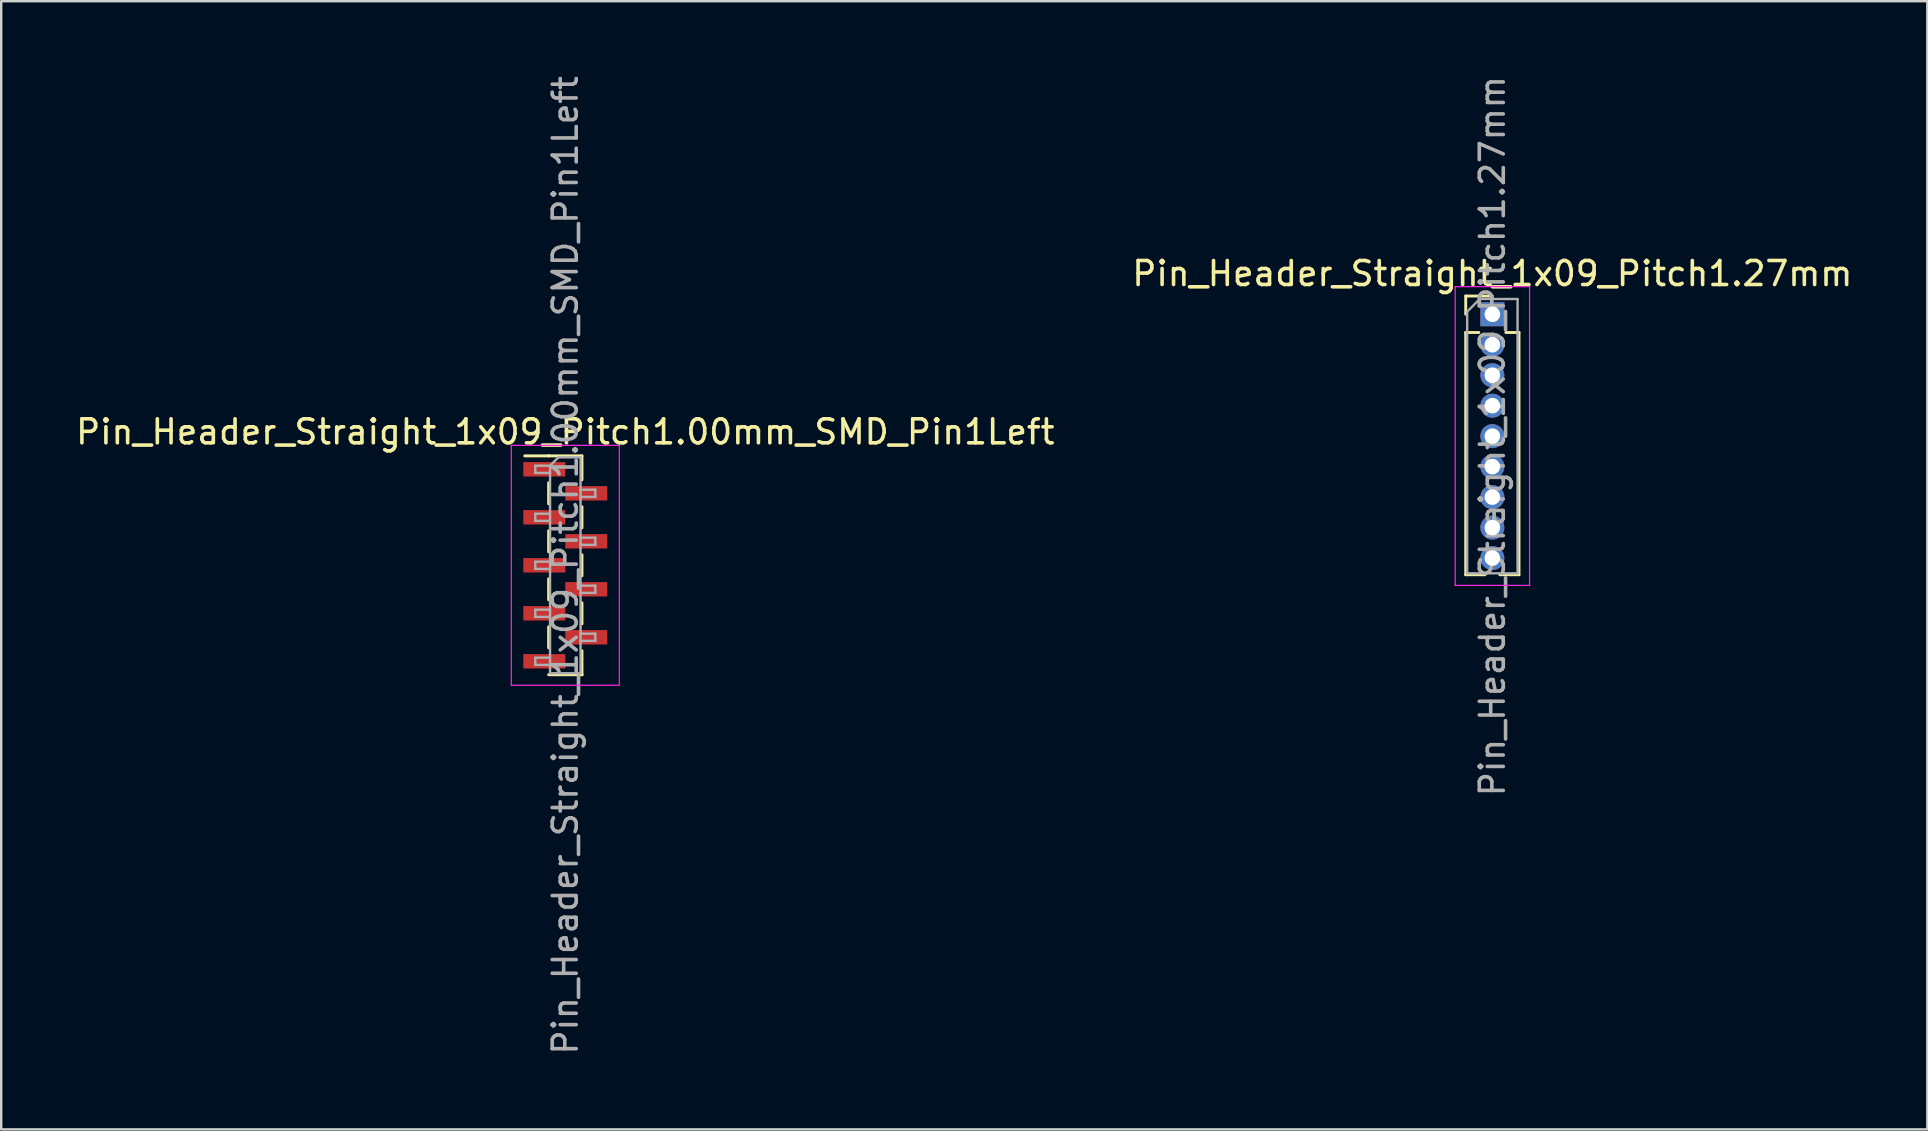
<source format=kicad_pcb>
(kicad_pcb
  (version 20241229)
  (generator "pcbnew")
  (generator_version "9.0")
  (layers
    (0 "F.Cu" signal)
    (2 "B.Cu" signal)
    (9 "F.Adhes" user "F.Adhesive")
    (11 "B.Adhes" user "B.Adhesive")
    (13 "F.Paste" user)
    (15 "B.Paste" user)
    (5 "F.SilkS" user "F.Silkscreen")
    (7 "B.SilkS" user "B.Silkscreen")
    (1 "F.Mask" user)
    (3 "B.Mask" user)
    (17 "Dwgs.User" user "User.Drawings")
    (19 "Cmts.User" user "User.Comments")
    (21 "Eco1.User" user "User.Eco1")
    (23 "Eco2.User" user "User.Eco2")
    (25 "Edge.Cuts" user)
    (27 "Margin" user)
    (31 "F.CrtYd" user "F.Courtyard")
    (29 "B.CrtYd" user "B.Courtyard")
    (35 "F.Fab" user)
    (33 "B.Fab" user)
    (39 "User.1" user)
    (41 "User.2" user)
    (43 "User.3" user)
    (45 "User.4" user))
  (footprint "Pin_Header_Straight_1x09_Pitch1.27mm"
    (layer "F.Cu")
    (at 59.137 10.045)
    (property "Reference" "Pin_Header_Straight_1x09_Pitch1.27mm" (at 0 -1.695 0) (layer "F.SilkS") (effects (font (size 1 1) (thickness 0.15))))
    (attr through_hole)
    (fp_line (start -1.11 -0.76) (end 0 -0.76) (stroke (width 0.12) (type solid)) (layer "F.SilkS"))
    (fp_line (start -1.11 0) (end -1.11 -0.76) (stroke (width 0.12) (type solid)) (layer "F.SilkS"))
    (fp_line (start -1.11 0.76) (end -1.11 10.855) (stroke (width 0.12) (type solid)) (layer "F.SilkS"))
    (fp_line (start -1.11 0.76) (end -0.563 0.76) (stroke (width 0.12) (type solid)) (layer "F.SilkS"))
    (fp_line (start -1.11 10.855) (end -0.308 10.855) (stroke (width 0.12) (type solid)) (layer "F.SilkS"))
    (fp_line (start 0.308 10.855) (end 1.11 10.855) (stroke (width 0.12) (type solid)) (layer "F.SilkS"))
    (fp_line (start 0.563 0.76) (end 1.11 0.76) (stroke (width 0.12) (type solid)) (layer "F.SilkS"))
    (fp_line (start 1.11 0.76) (end 1.11 10.855) (stroke (width 0.12) (type solid)) (layer "F.SilkS"))
    (fp_line (start -1.55 -1.15) (end -1.55 11.3) (stroke (width 0.05) (type solid)) (layer "F.CrtYd"))
    (fp_line (start -1.55 11.3) (end 1.55 11.3) (stroke (width 0.05) (type solid)) (layer "F.CrtYd"))
    (fp_line (start 1.55 -1.15) (end -1.55 -1.15) (stroke (width 0.05) (type solid)) (layer "F.CrtYd"))
    (fp_line (start 1.55 11.3) (end 1.55 -1.15) (stroke (width 0.05) (type solid)) (layer "F.CrtYd"))
    (fp_line (start -1.05 -0.11) (end -0.525 -0.635) (stroke (width 0.1) (type solid)) (layer "F.Fab"))
    (fp_line (start -1.05 10.795) (end -1.05 -0.11) (stroke (width 0.1) (type solid)) (layer "F.Fab"))
    (fp_line (start -0.525 -0.635) (end 1.05 -0.635) (stroke (width 0.1) (type solid)) (layer "F.Fab"))
    (fp_line (start 1.05 -0.635) (end 1.05 10.795) (stroke (width 0.1) (type solid)) (layer "F.Fab"))
    (fp_line (start 1.05 10.795) (end -1.05 10.795) (stroke (width 0.1) (type solid)) (layer "F.Fab"))
    (fp_text user "${REFERENCE}" (at 0 5.08 90) (layer "F.Fab") (effects (font (size 1 1) (thickness 0.15))))
    (pad "1" thru_hole rect (at 0 0) (size 1 1) (drill 0.65) (layers "*.Cu" "*.Mask"))
    (pad "2" thru_hole oval (at 0 1.27) (size 1 1) (drill 0.65) (layers "*.Cu" "*.Mask"))
    (pad "3" thru_hole oval (at 0 2.54) (size 1 1) (drill 0.65) (layers "*.Cu" "*.Mask"))
    (pad "4" thru_hole oval (at 0 3.81) (size 1 1) (drill 0.65) (layers "*.Cu" "*.Mask"))
    (pad "5" thru_hole oval (at 0 5.08) (size 1 1) (drill 0.65) (layers "*.Cu" "*.Mask"))
    (pad "6" thru_hole oval (at 0 6.35) (size 1 1) (drill 0.65) (layers "*.Cu" "*.Mask"))
    (pad "7" thru_hole oval (at 0 7.62) (size 1 1) (drill 0.65) (layers "*.Cu" "*.Mask"))
    (pad "8" thru_hole oval (at 0 8.89) (size 1 1) (drill 0.65) (layers "*.Cu" "*.Mask"))
    (pad "9" thru_hole oval (at 0 10.16) (size 1 1) (drill 0.65) (layers "*.Cu" "*.Mask")))
  (footprint "Pin_Header_Straight_1x09_Pitch1.00mm_SMD_Pin1Left"
    (layer "F.Cu")
    (at 20.506 20.506)
    (property "Reference" "Pin_Header_Straight_1x09_Pitch1.00mm_SMD_Pin1Left" (at 0 -5.56 0) (layer "F.SilkS") (effects (font (size 1 1) (thickness 0.15))))
    (attr smd)
    (fp_line (start -0.695 -4.56) (end -1.69 -4.56) (stroke (width 0.12) (type solid)) (layer "F.SilkS"))
    (fp_line (start -0.695 -4.56) (end -0.695 -4.56) (stroke (width 0.12) (type solid)) (layer "F.SilkS"))
    (fp_line (start -0.695 -4.56) (end 0.695 -4.56) (stroke (width 0.12) (type solid)) (layer "F.SilkS"))
    (fp_line (start -0.695 -3.44) (end -0.695 -2.56) (stroke (width 0.12) (type solid)) (layer "F.SilkS"))
    (fp_line (start -0.695 -1.44) (end -0.695 -0.56) (stroke (width 0.12) (type solid)) (layer "F.SilkS"))
    (fp_line (start -0.695 0.56) (end -0.695 1.44) (stroke (width 0.12) (type solid)) (layer "F.SilkS"))
    (fp_line (start -0.695 2.56) (end -0.695 3.44) (stroke (width 0.12) (type solid)) (layer "F.SilkS"))
    (fp_line (start -0.695 4.56) (end 0.695 4.56) (stroke (width 0.12) (type solid)) (layer "F.SilkS"))
    (fp_line (start 0.695 -4.56) (end 0.695 -3.56) (stroke (width 0.12) (type solid)) (layer "F.SilkS"))
    (fp_line (start 0.695 -2.44) (end 0.695 -1.56) (stroke (width 0.12) (type solid)) (layer "F.SilkS"))
    (fp_line (start 0.695 -0.44) (end 0.695 0.44) (stroke (width 0.12) (type solid)) (layer "F.SilkS"))
    (fp_line (start 0.695 1.56) (end 0.695 2.44) (stroke (width 0.12) (type solid)) (layer "F.SilkS"))
    (fp_line (start 0.695 3.56) (end 0.695 4.56) (stroke (width 0.12) (type solid)) (layer "F.SilkS"))
    (fp_line (start 0.695 4.56) (end 0.695 4.56) (stroke (width 0.12) (type solid)) (layer "F.SilkS"))
    (fp_line (start -2.25 -5) (end -2.25 5) (stroke (width 0.05) (type solid)) (layer "F.CrtYd"))
    (fp_line (start -2.25 5) (end 2.25 5) (stroke (width 0.05) (type solid)) (layer "F.CrtYd"))
    (fp_line (start 2.25 -5) (end -2.25 -5) (stroke (width 0.05) (type solid)) (layer "F.CrtYd"))
    (fp_line (start 2.25 5) (end 2.25 -5) (stroke (width 0.05) (type solid)) (layer "F.CrtYd"))
    (fp_line (start -1.25 -4.15) (end -1.25 -3.85) (stroke (width 0.1) (type solid)) (layer "F.Fab"))
    (fp_line (start -1.25 -3.85) (end -0.635 -3.85) (stroke (width 0.1) (type solid)) (layer "F.Fab"))
    (fp_line (start -1.25 -2.15) (end -1.25 -1.85) (stroke (width 0.1) (type solid)) (layer "F.Fab"))
    (fp_line (start -1.25 -1.85) (end -0.635 -1.85) (stroke (width 0.1) (type solid)) (layer "F.Fab"))
    (fp_line (start -1.25 -0.15) (end -1.25 0.15) (stroke (width 0.1) (type solid)) (layer "F.Fab"))
    (fp_line (start -1.25 0.15) (end -0.635 0.15) (stroke (width 0.1) (type solid)) (layer "F.Fab"))
    (fp_line (start -1.25 1.85) (end -1.25 2.15) (stroke (width 0.1) (type solid)) (layer "F.Fab"))
    (fp_line (start -1.25 2.15) (end -0.635 2.15) (stroke (width 0.1) (type solid)) (layer "F.Fab"))
    (fp_line (start -1.25 3.85) (end -1.25 4.15) (stroke (width 0.1) (type solid)) (layer "F.Fab"))
    (fp_line (start -1.25 4.15) (end -0.635 4.15) (stroke (width 0.1) (type solid)) (layer "F.Fab"))
    (fp_line (start -0.635 -4.15) (end -1.25 -4.15) (stroke (width 0.1) (type solid)) (layer "F.Fab"))
    (fp_line (start -0.635 -4.15) (end -0.285 -4.5) (stroke (width 0.1) (type solid)) (layer "F.Fab"))
    (fp_line (start -0.635 -2.15) (end -1.25 -2.15) (stroke (width 0.1) (type solid)) (layer "F.Fab"))
    (fp_line (start -0.635 -0.15) (end -1.25 -0.15) (stroke (width 0.1) (type solid)) (layer "F.Fab"))
    (fp_line (start -0.635 1.85) (end -1.25 1.85) (stroke (width 0.1) (type solid)) (layer "F.Fab"))
    (fp_line (start -0.635 3.85) (end -1.25 3.85) (stroke (width 0.1) (type solid)) (layer "F.Fab"))
    (fp_line (start -0.635 4.5) (end -0.635 -4.15) (stroke (width 0.1) (type solid)) (layer "F.Fab"))
    (fp_line (start -0.285 -4.5) (end 0.635 -4.5) (stroke (width 0.1) (type solid)) (layer "F.Fab"))
    (fp_line (start 0.635 -4.5) (end 0.635 4.5) (stroke (width 0.1) (type solid)) (layer "F.Fab"))
    (fp_line (start 0.635 -3.15) (end 1.25 -3.15) (stroke (width 0.1) (type solid)) (layer "F.Fab"))
    (fp_line (start 0.635 -1.15) (end 1.25 -1.15) (stroke (width 0.1) (type solid)) (layer "F.Fab"))
    (fp_line (start 0.635 0.85) (end 1.25 0.85) (stroke (width 0.1) (type solid)) (layer "F.Fab"))
    (fp_line (start 0.635 2.85) (end 1.25 2.85) (stroke (width 0.1) (type solid)) (layer "F.Fab"))
    (fp_line (start 0.635 4.5) (end -0.635 4.5) (stroke (width 0.1) (type solid)) (layer "F.Fab"))
    (fp_line (start 1.25 -3.15) (end 1.25 -2.85) (stroke (width 0.1) (type solid)) (layer "F.Fab"))
    (fp_line (start 1.25 -2.85) (end 0.635 -2.85) (stroke (width 0.1) (type solid)) (layer "F.Fab"))
    (fp_line (start 1.25 -1.15) (end 1.25 -0.85) (stroke (width 0.1) (type solid)) (layer "F.Fab"))
    (fp_line (start 1.25 -0.85) (end 0.635 -0.85) (stroke (width 0.1) (type solid)) (layer "F.Fab"))
    (fp_line (start 1.25 0.85) (end 1.25 1.15) (stroke (width 0.1) (type solid)) (layer "F.Fab"))
    (fp_line (start 1.25 1.15) (end 0.635 1.15) (stroke (width 0.1) (type solid)) (layer "F.Fab"))
    (fp_line (start 1.25 2.85) (end 1.25 3.15) (stroke (width 0.1) (type solid)) (layer "F.Fab"))
    (fp_line (start 1.25 3.15) (end 0.635 3.15) (stroke (width 0.1) (type solid)) (layer "F.Fab"))
    (fp_text user "${REFERENCE}" (at 0 0 90) (layer "F.Fab") (effects (font (size 1 1) (thickness 0.15))))
    (pad "1" smd rect (at -0.875 -4) (size 1.75 0.6) (layers "F.Cu" "F.Mask" "F.Paste"))
    (pad "2" smd rect (at 0.875 -3) (size 1.75 0.6) (layers "F.Cu" "F.Mask" "F.Paste"))
    (pad "3" smd rect (at -0.875 -2) (size 1.75 0.6) (layers "F.Cu" "F.Mask" "F.Paste"))
    (pad "4" smd rect (at 0.875 -1) (size 1.75 0.6) (layers "F.Cu" "F.Mask" "F.Paste"))
    (pad "5" smd rect (at -0.875 0) (size 1.75 0.6) (layers "F.Cu" "F.Mask" "F.Paste"))
    (pad "6" smd rect (at 0.875 1) (size 1.75 0.6) (layers "F.Cu" "F.Mask" "F.Paste"))
    (pad "7" smd rect (at -0.875 2) (size 1.75 0.6) (layers "F.Cu" "F.Mask" "F.Paste"))
    (pad "8" smd rect (at 0.875 3) (size 1.75 0.6) (layers "F.Cu" "F.Mask" "F.Paste"))
    (pad "9" smd rect (at -0.875 4) (size 1.75 0.6) (layers "F.Cu" "F.Mask" "F.Paste")))
  (gr_rect
    (start -3 -3)
    (end 77.262 44.012)
    (stroke (width 0.1) (type default))
    (fill no)
    (layer "Edge.Cuts")))
</source>
